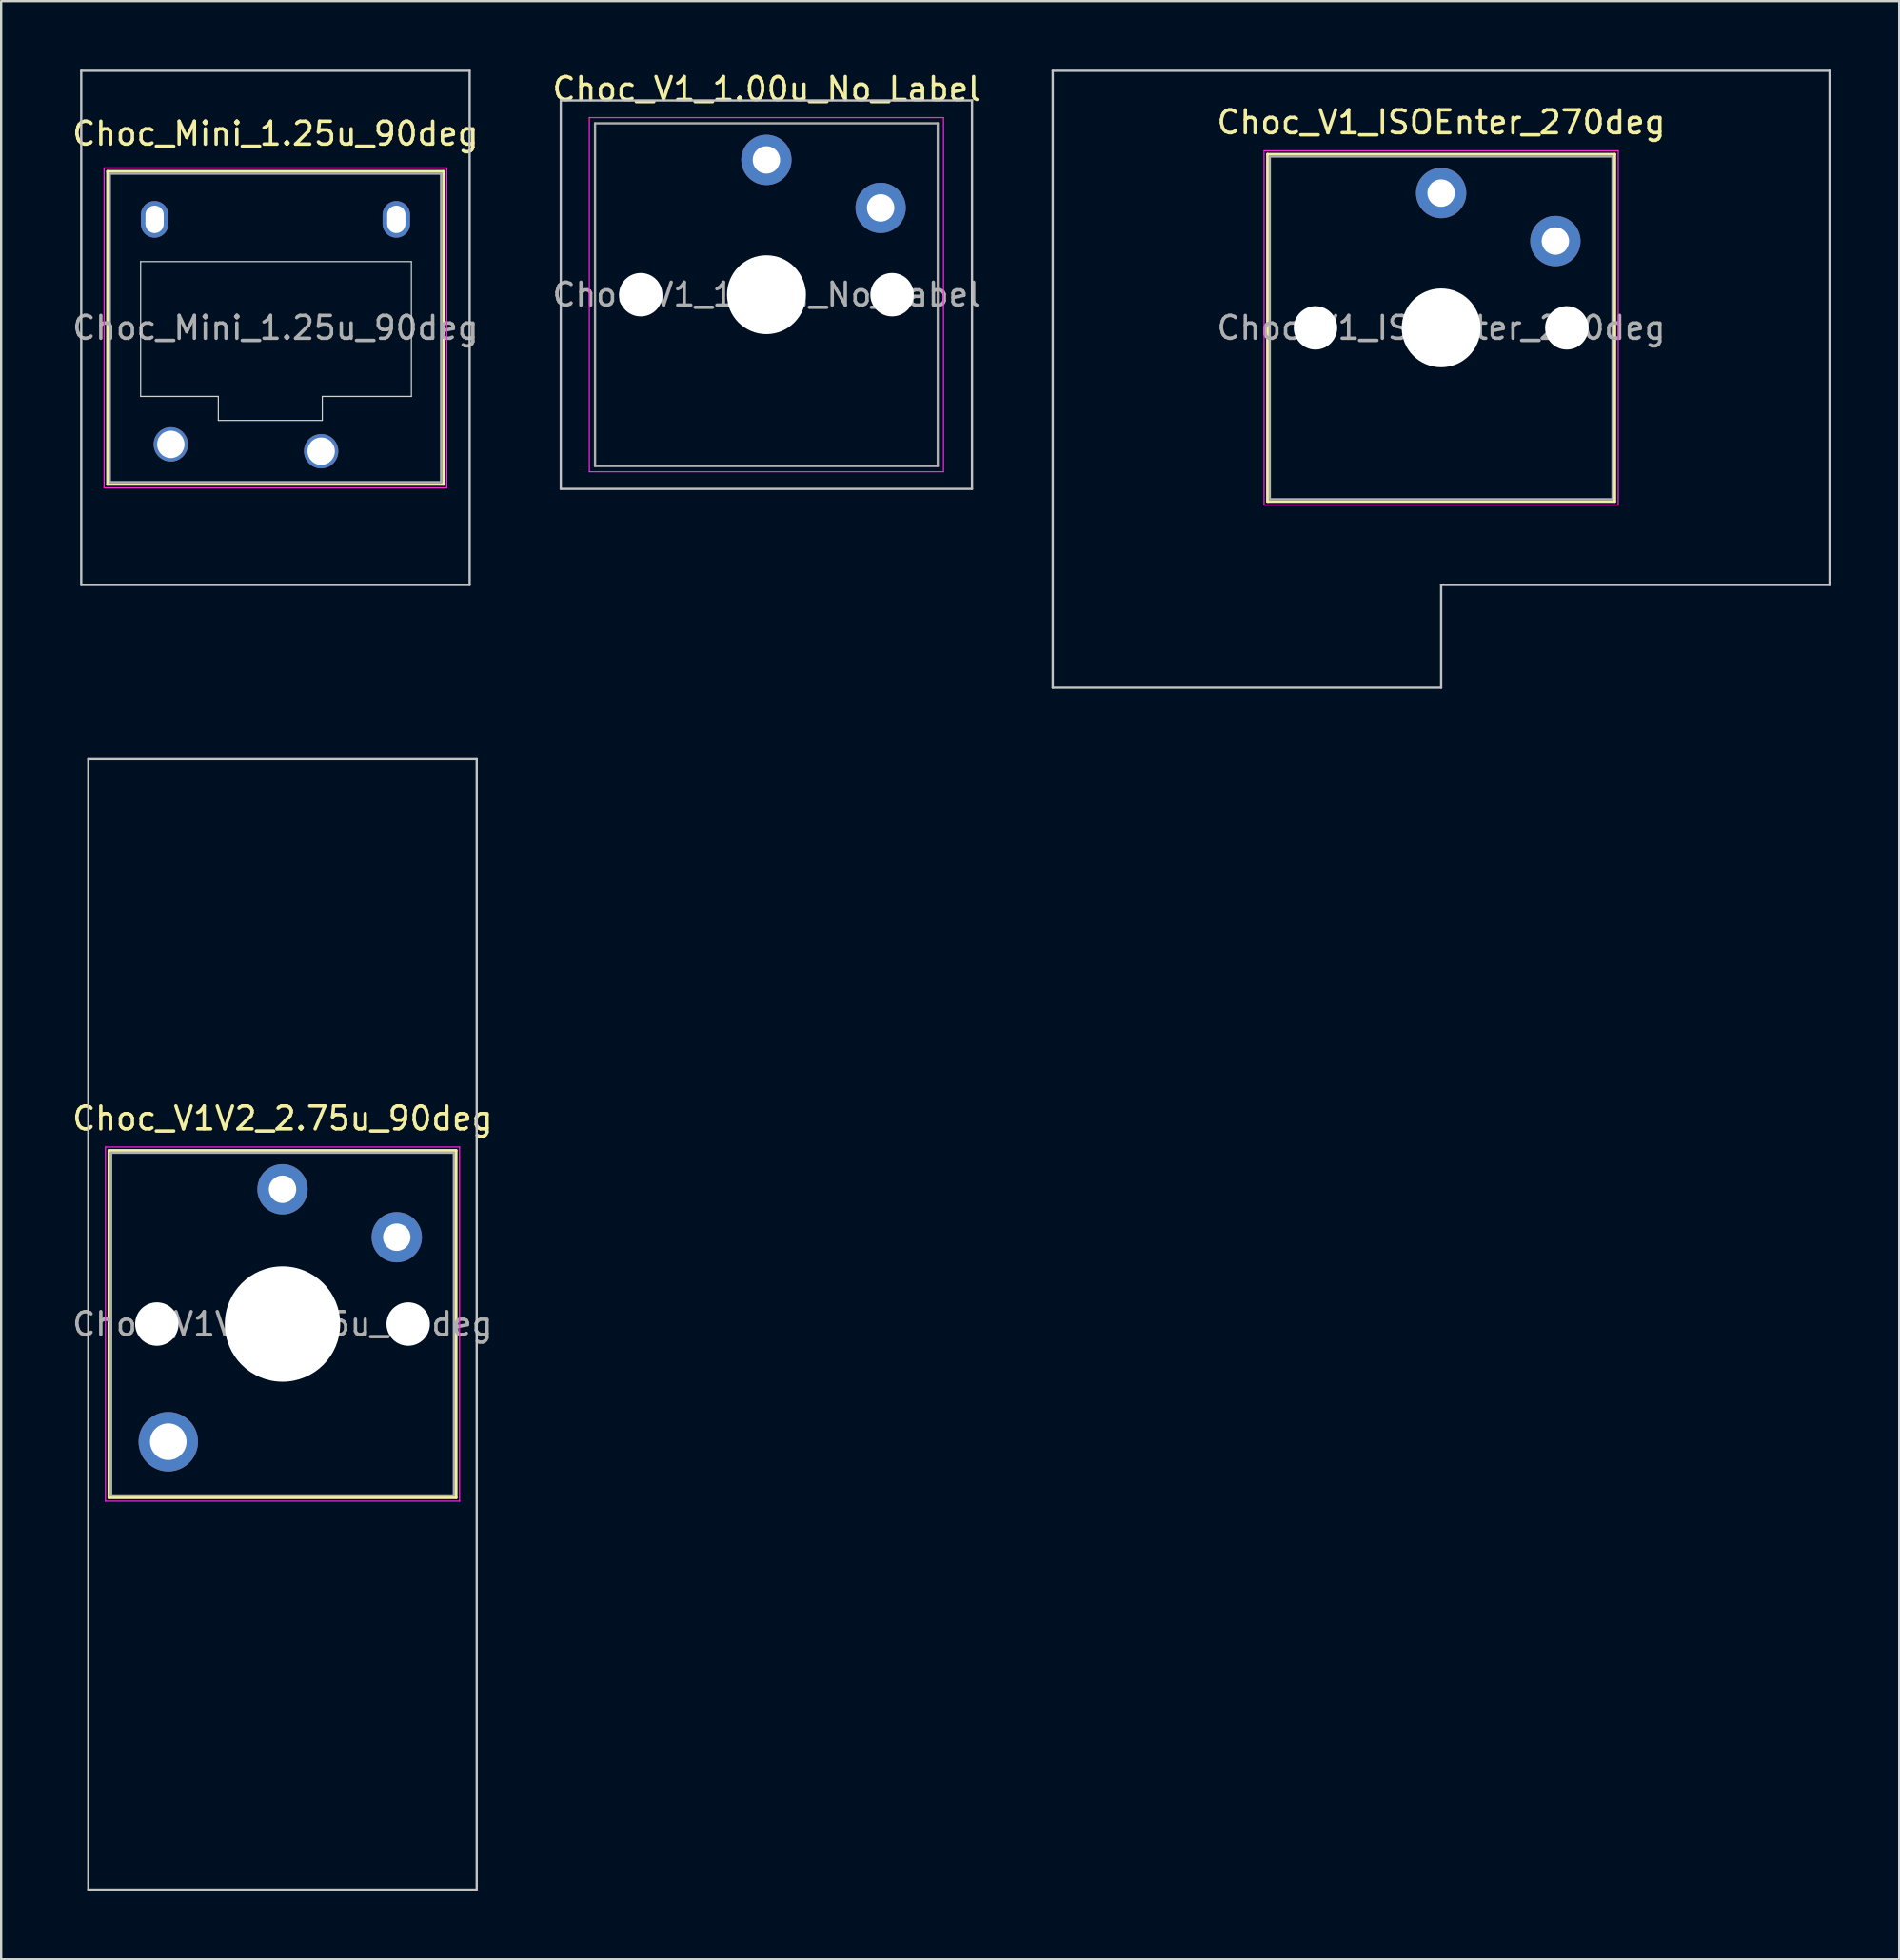
<source format=kicad_pcb>
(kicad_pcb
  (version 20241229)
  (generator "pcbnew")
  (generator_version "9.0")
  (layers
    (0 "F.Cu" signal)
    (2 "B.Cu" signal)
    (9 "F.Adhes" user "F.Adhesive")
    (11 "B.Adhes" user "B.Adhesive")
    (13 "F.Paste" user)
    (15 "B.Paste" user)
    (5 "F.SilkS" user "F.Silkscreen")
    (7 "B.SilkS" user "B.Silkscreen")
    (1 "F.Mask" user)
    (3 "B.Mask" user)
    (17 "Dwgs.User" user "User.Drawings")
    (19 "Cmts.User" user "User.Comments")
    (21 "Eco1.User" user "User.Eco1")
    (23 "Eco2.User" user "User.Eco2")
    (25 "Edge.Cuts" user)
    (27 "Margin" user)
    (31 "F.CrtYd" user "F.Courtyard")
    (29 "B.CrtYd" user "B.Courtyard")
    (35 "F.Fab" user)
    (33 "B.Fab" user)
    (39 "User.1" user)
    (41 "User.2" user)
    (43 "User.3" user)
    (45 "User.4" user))
  (footprint "Choc_V1_ISOEnter_270deg"
    (layer "F.Cu")
    (at 60.026 11.3)
    (property "Reference" "Choc_V1_ISOEnter_270deg" (at 0 -9 0) (layer "F.SilkS") (effects (font (size 1 1) (thickness 0.15))))
    (attr through_hole)
    (fp_line (start -7.6 -7.6) (end -7.6 7.6) (stroke (width 0.12) (type solid)) (layer "F.SilkS"))
    (fp_line (start -7.6 7.6) (end 7.6 7.6) (stroke (width 0.12) (type solid)) (layer "F.SilkS"))
    (fp_line (start 7.6 -7.6) (end -7.6 -7.6) (stroke (width 0.12) (type solid)) (layer "F.SilkS"))
    (fp_line (start 7.6 7.6) (end 7.6 -7.6) (stroke (width 0.12) (type solid)) (layer "F.SilkS"))
    (fp_line (start -17 -11.25) (end -17 15.75) (stroke (width 0.1) (type solid)) (layer "Dwgs.User"))
    (fp_line (start -17 15.75) (end 0 15.75) (stroke (width 0.1) (type solid)) (layer "Dwgs.User"))
    (fp_line (start 0 11.25) (end 17 11.25) (stroke (width 0.1) (type solid)) (layer "Dwgs.User"))
    (fp_line (start 0 15.75) (end 0 11.25) (stroke (width 0.1) (type solid)) (layer "Dwgs.User"))
    (fp_line (start 17 -11.25) (end -17 -11.25) (stroke (width 0.1) (type solid)) (layer "Dwgs.User"))
    (fp_line (start 17 11.25) (end 17 -11.25) (stroke (width 0.1) (type solid)) (layer "Dwgs.User"))
    (fp_line (start -7.25 -7.25) (end -7.25 7.25) (stroke (width 0.1) (type solid)) (layer "Eco1.User"))
    (fp_line (start -7.25 7.25) (end 7.25 7.25) (stroke (width 0.1) (type solid)) (layer "Eco1.User"))
    (fp_line (start 7.25 -7.25) (end -7.25 -7.25) (stroke (width 0.1) (type solid)) (layer "Eco1.User"))
    (fp_line (start 7.25 7.25) (end 7.25 -7.25) (stroke (width 0.1) (type solid)) (layer "Eco1.User"))
    (fp_line (start -7.75 -7.75) (end -7.75 7.75) (stroke (width 0.05) (type solid)) (layer "F.CrtYd"))
    (fp_line (start -7.75 7.75) (end 7.75 7.75) (stroke (width 0.05) (type solid)) (layer "F.CrtYd"))
    (fp_line (start 7.75 -7.75) (end -7.75 -7.75) (stroke (width 0.05) (type solid)) (layer "F.CrtYd"))
    (fp_line (start 7.75 7.75) (end 7.75 -7.75) (stroke (width 0.05) (type solid)) (layer "F.CrtYd"))
    (fp_line (start -7.5 -7.5) (end -7.5 7.5) (stroke (width 0.1) (type solid)) (layer "F.Fab"))
    (fp_line (start -7.5 7.5) (end 7.5 7.5) (stroke (width 0.1) (type solid)) (layer "F.Fab"))
    (fp_line (start 7.5 -7.5) (end -7.5 -7.5) (stroke (width 0.1) (type solid)) (layer "F.Fab"))
    (fp_line (start 7.5 7.5) (end 7.5 -7.5) (stroke (width 0.1) (type solid)) (layer "F.Fab"))
    (fp_text user "${REFERENCE}" (at 0 0 0) (layer "F.Fab") (effects (font (size 1 1) (thickness 0.15))))
    (pad "" np_thru_hole circle (at -5.5 0) (size 1.9 1.9) (drill 1.9) (layers "*.Cu" "*.Mask"))
    (pad "" np_thru_hole circle (at 0 0) (size 3.45 3.45) (drill 3.45) (layers "*.Cu" "*.Mask"))
    (pad "" np_thru_hole circle (at 5.5 0) (size 1.9 1.9) (drill 1.9) (layers "*.Cu" "*.Mask"))
    (pad "1" thru_hole circle (at 0 -5.9) (size 2.2 2.2) (drill 1.2) (layers "*.Cu" "*.Mask"))
    (pad "2" thru_hole circle (at 5 -3.8) (size 2.2 2.2) (drill 1.2) (layers "*.Cu" "*.Mask")))
  (footprint "Choc_V1V2_2.75u_90deg"
    (layer "F.Cu")
    (at 9.315 54.9)
    (property "Reference" "Choc_V1V2_2.75u_90deg" (at 0 -9 0) (layer "F.SilkS") (effects (font (size 1 1) (thickness 0.15))))
    (attr through_hole)
    (fp_line (start -7.6 -7.6) (end -7.6 7.6) (stroke (width 0.12) (type solid)) (layer "F.SilkS"))
    (fp_line (start -7.6 7.6) (end 7.6 7.6) (stroke (width 0.12) (type solid)) (layer "F.SilkS"))
    (fp_line (start 7.6 -7.6) (end -7.6 -7.6) (stroke (width 0.12) (type solid)) (layer "F.SilkS"))
    (fp_line (start 7.6 7.6) (end 7.6 -7.6) (stroke (width 0.12) (type solid)) (layer "F.SilkS"))
    (fp_line (start -8.5 -24.75) (end 8.5 -24.75) (stroke (width 0.1) (type solid)) (layer "Dwgs.User"))
    (fp_line (start -8.5 24.75) (end -8.5 -24.75) (stroke (width 0.1) (type solid)) (layer "Dwgs.User"))
    (fp_line (start 8.5 -24.75) (end 8.5 24.75) (stroke (width 0.1) (type solid)) (layer "Dwgs.User"))
    (fp_line (start 8.5 24.75) (end -8.5 24.75) (stroke (width 0.1) (type solid)) (layer "Dwgs.User"))
    (fp_line (start -7.25 -7.25) (end -7.25 7.25) (stroke (width 0.1) (type solid)) (layer "Eco1.User"))
    (fp_line (start -7.25 7.25) (end 7.25 7.25) (stroke (width 0.1) (type solid)) (layer "Eco1.User"))
    (fp_line (start 7.25 -7.25) (end -7.25 -7.25) (stroke (width 0.1) (type solid)) (layer "Eco1.User"))
    (fp_line (start 7.25 7.25) (end 7.25 -7.25) (stroke (width 0.1) (type solid)) (layer "Eco1.User"))
    (fp_line (start -7.75 -7.75) (end -7.75 7.75) (stroke (width 0.05) (type solid)) (layer "F.CrtYd"))
    (fp_line (start -7.75 7.75) (end 7.75 7.75) (stroke (width 0.05) (type solid)) (layer "F.CrtYd"))
    (fp_line (start 7.75 -7.75) (end -7.75 -7.75) (stroke (width 0.05) (type solid)) (layer "F.CrtYd"))
    (fp_line (start 7.75 7.75) (end 7.75 -7.75) (stroke (width 0.05) (type solid)) (layer "F.CrtYd"))
    (fp_line (start -7.5 -7.5) (end -7.5 7.5) (stroke (width 0.1) (type solid)) (layer "F.Fab"))
    (fp_line (start -7.5 7.5) (end 7.5 7.5) (stroke (width 0.1) (type solid)) (layer "F.Fab"))
    (fp_line (start 7.5 -7.5) (end -7.5 -7.5) (stroke (width 0.1) (type solid)) (layer "F.Fab"))
    (fp_line (start 7.5 7.5) (end 7.5 -7.5) (stroke (width 0.1) (type solid)) (layer "F.Fab"))
    (fp_text user "${REFERENCE}" (at 0 0 0) (layer "F.Fab") (effects (font (size 1 1) (thickness 0.15))))
    (pad "" np_thru_hole circle (at -5.5 0) (size 1.9 1.9) (drill 1.9) (layers "*.Cu" "*.Mask"))
    (pad "" thru_hole circle (at -5 5.15) (size 2.6 2.6) (drill 1.6) (layers "*.Cu" "*.Mask"))
    (pad "" np_thru_hole circle (at 0 0) (size 5.05 5.05) (drill 5.05) (layers "*.Cu" "*.Mask"))
    (pad "" np_thru_hole circle (at 5.5 0) (size 1.9 1.9) (drill 1.9) (layers "*.Cu" "*.Mask"))
    (pad "1" thru_hole circle (at 0 -5.9) (size 2.2 2.2) (drill 1.2) (layers "*.Cu" "*.Mask"))
    (pad "2" thru_hole circle (at 5 -3.8) (size 2.2 2.2) (drill 1.2) (layers "*.Cu" "*.Mask")))
  (footprint "Choc_V1_1.00u_No_Label"
    (layer "F.Cu")
    (at 30.494 9.848)
    (property "Reference" "Choc_V1_1.00u_No_Label" (at 0 -9 0) (layer "F.SilkS") (effects (font (size 1 1) (thickness 0.15))))
    (attr through_hole)
    (fp_line (start -9 -8.5) (end -9 8.5) (stroke (width 0.1) (type solid)) (layer "Dwgs.User"))
    (fp_line (start -9 8.5) (end 9 8.5) (stroke (width 0.1) (type solid)) (layer "Dwgs.User"))
    (fp_line (start 9 -8.5) (end -9 -8.5) (stroke (width 0.1) (type solid)) (layer "Dwgs.User"))
    (fp_line (start 9 8.5) (end 9 -8.5) (stroke (width 0.1) (type solid)) (layer "Dwgs.User"))
    (fp_line (start -7.25 -7.25) (end -7.25 7.25) (stroke (width 0.1) (type solid)) (layer "Eco1.User"))
    (fp_line (start -7.25 7.25) (end 7.25 7.25) (stroke (width 0.1) (type solid)) (layer "Eco1.User"))
    (fp_line (start 7.25 -7.25) (end -7.25 -7.25) (stroke (width 0.1) (type solid)) (layer "Eco1.User"))
    (fp_line (start 7.25 7.25) (end 7.25 -7.25) (stroke (width 0.1) (type solid)) (layer "Eco1.User"))
    (fp_line (start -7.75 -7.75) (end -7.75 7.75) (stroke (width 0.05) (type solid)) (layer "F.CrtYd"))
    (fp_line (start -7.75 7.75) (end 7.75 7.75) (stroke (width 0.05) (type solid)) (layer "F.CrtYd"))
    (fp_line (start 7.75 -7.75) (end -7.75 -7.75) (stroke (width 0.05) (type solid)) (layer "F.CrtYd"))
    (fp_line (start 7.75 7.75) (end 7.75 -7.75) (stroke (width 0.05) (type solid)) (layer "F.CrtYd"))
    (fp_line (start -7.5 -7.5) (end -7.5 7.5) (stroke (width 0.1) (type solid)) (layer "F.Fab"))
    (fp_line (start -7.5 7.5) (end 7.5 7.5) (stroke (width 0.1) (type solid)) (layer "F.Fab"))
    (fp_line (start 7.5 -7.5) (end -7.5 -7.5) (stroke (width 0.1) (type solid)) (layer "F.Fab"))
    (fp_line (start 7.5 7.5) (end 7.5 -7.5) (stroke (width 0.1) (type solid)) (layer "F.Fab"))
    (fp_text user "${REFERENCE}" (at 0 0 0) (layer "F.Fab") (effects (font (size 1 1) (thickness 0.15))))
    (pad "" np_thru_hole circle (at -5.5 0) (size 1.9 1.9) (drill 1.9) (layers "*.Cu" "*.Mask"))
    (pad "" np_thru_hole circle (at 0 0) (size 3.45 3.45) (drill 3.45) (layers "*.Cu" "*.Mask"))
    (pad "" np_thru_hole circle (at 5.5 0) (size 1.9 1.9) (drill 1.9) (layers "*.Cu" "*.Mask"))
    (pad "1" thru_hole circle (at 0 -5.9) (size 2.2 2.2) (drill 1.2) (layers "*.Cu" "*.Mask"))
    (pad "2" thru_hole circle (at 5 -3.8) (size 2.2 2.2) (drill 1.2) (layers "*.Cu" "*.Mask")))
  (footprint "Choc_Mini_1.25u_90deg"
    (layer "F.Cu")
    (at 9.006 11.3)
    (property "Reference" "Choc_Mini_1.25u_90deg" (at 0 -8.5 0) (layer "F.SilkS") (effects (font (size 1 1) (thickness 0.15))))
    (attr through_hole)
    (fp_line (start -7.35 -6.85) (end -7.35 6.85) (stroke (width 0.12) (type solid)) (layer "F.SilkS"))
    (fp_line (start -7.35 6.85) (end 7.35 6.85) (stroke (width 0.12) (type solid)) (layer "F.SilkS"))
    (fp_line (start 7.35 -6.85) (end -7.35 -6.85) (stroke (width 0.12) (type solid)) (layer "F.SilkS"))
    (fp_line (start 7.35 6.85) (end 7.35 -6.85) (stroke (width 0.12) (type solid)) (layer "F.SilkS"))
    (fp_line (start -8.5 -11.25) (end 8.5 -11.25) (stroke (width 0.1) (type solid)) (layer "Dwgs.User"))
    (fp_line (start -8.5 11.25) (end -8.5 -11.25) (stroke (width 0.1) (type solid)) (layer "Dwgs.User"))
    (fp_line (start 8.5 -11.25) (end 8.5 11.25) (stroke (width 0.1) (type solid)) (layer "Dwgs.User"))
    (fp_line (start 8.5 11.25) (end -8.5 11.25) (stroke (width 0.1) (type solid)) (layer "Dwgs.User"))
    (fp_line (start -6.85 -6.35) (end -6.85 6.35) (stroke (width 0.1) (type solid)) (layer "Eco1.User"))
    (fp_line (start -6.85 6.35) (end 6.85 6.35) (stroke (width 0.1) (type solid)) (layer "Eco1.User"))
    (fp_line (start 6.85 -6.35) (end -6.85 -6.35) (stroke (width 0.1) (type solid)) (layer "Eco1.User"))
    (fp_line (start 6.85 6.35) (end 6.85 -6.35) (stroke (width 0.1) (type solid)) (layer "Eco1.User"))
    (fp_line (start -5.9 -2.9) (end -5.9 3) (stroke (width 0.05) (type solid)) (layer "Edge.Cuts"))
    (fp_line (start -5.9 3) (end -2.5 3) (stroke (width 0.05) (type solid)) (layer "Edge.Cuts"))
    (fp_line (start -2.5 3) (end -2.5 4.05) (stroke (width 0.05) (type solid)) (layer "Edge.Cuts"))
    (fp_line (start -2.5 4.05) (end 2.05 4.05) (stroke (width 0.05) (type solid)) (layer "Edge.Cuts"))
    (fp_line (start 2.05 3) (end 5.95 3) (stroke (width 0.05) (type solid)) (layer "Edge.Cuts"))
    (fp_line (start 2.05 4.05) (end 2.05 3) (stroke (width 0.05) (type solid)) (layer "Edge.Cuts"))
    (fp_line (start 5.95 -2.9) (end -5.9 -2.9) (stroke (width 0.05) (type solid)) (layer "Edge.Cuts"))
    (fp_line (start 5.95 3) (end 5.95 -2.9) (stroke (width 0.05) (type solid)) (layer "Edge.Cuts"))
    (fp_line (start -7.5 -7) (end -7.5 7) (stroke (width 0.05) (type solid)) (layer "F.CrtYd"))
    (fp_line (start -7.5 7) (end 7.5 7) (stroke (width 0.05) (type solid)) (layer "F.CrtYd"))
    (fp_line (start 7.5 -7) (end -7.5 -7) (stroke (width 0.05) (type solid)) (layer "F.CrtYd"))
    (fp_line (start 7.5 7) (end 7.5 -7) (stroke (width 0.05) (type solid)) (layer "F.CrtYd"))
    (fp_line (start -7.25 -6.75) (end -7.25 6.75) (stroke (width 0.1) (type solid)) (layer "F.Fab"))
    (fp_line (start -7.25 6.75) (end 7.25 6.75) (stroke (width 0.1) (type solid)) (layer "F.Fab"))
    (fp_line (start 7.25 -6.75) (end -7.25 -6.75) (stroke (width 0.1) (type solid)) (layer "F.Fab"))
    (fp_line (start 7.25 6.75) (end 7.25 -6.75) (stroke (width 0.1) (type solid)) (layer "F.Fab"))
    (fp_text user "${REFERENCE}" (at 0 0 0) (layer "F.Fab") (effects (font (size 1 1) (thickness 0.15))))
    (pad "" np_thru_hole oval (at -5.29 -4.75) (size 1.2 1.6) (drill oval 0.8 1.2) (layers "*.Cu" "*.Mask"))
    (pad "" np_thru_hole oval (at 5.29 -4.75) (size 1.2 1.6) (drill oval 0.8 1.2) (layers "*.Cu" "*.Mask"))
    (pad "1" thru_hole circle (at 2 5.4) (size 1.5 1.5) (drill 1.2) (layers "*.Cu" "*.Mask"))
    (pad "2" thru_hole circle (at -4.58 5.1) (size 1.5 1.5) (drill 1.2) (layers "*.Cu" "*.Mask")))
  (gr_rect
    (start -3 -3)
    (end 80.076 82.7)
    (stroke (width 0.1) (type default))
    (fill no)
    (layer "Edge.Cuts")))
</source>
